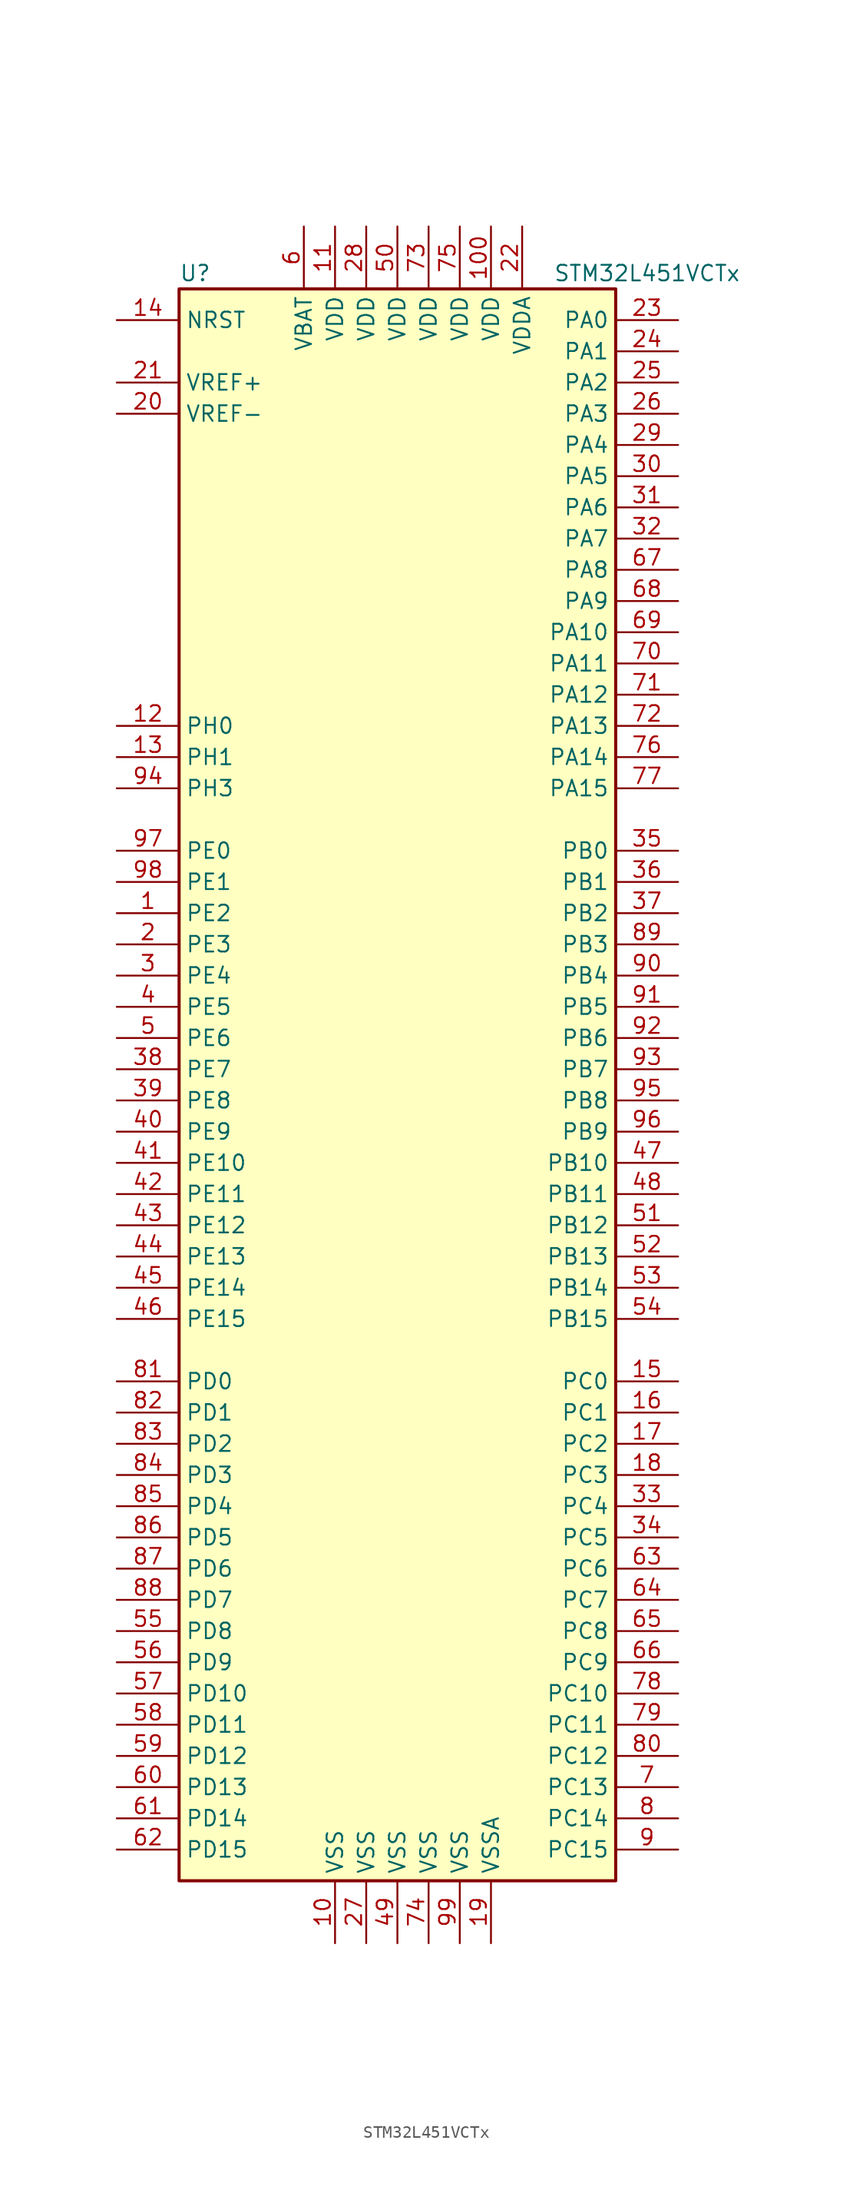
<source format=kicad_sym>
(kicad_symbol_lib
  (version 20201005)
  (generator kicad_symbol_editor)
  (symbol "MCU_ST_STM32L4:STM32L451VCTx"
    (property "Reference" "U"
      (at -17.78 64.77 0)
      (effects (font (size 1.27 1.27)) (justify left)))
    (property "Value" "STM32L451VCTx"
      (at 12.7 64.77 0)
      (effects (font (size 1.27 1.27)) (justify left)))
    (symbol "STM32L451VCTx_0_1"
      (rectangle (start -17.78 -66.04) (end 17.78 63.5) (stroke (width 0.254)) (fill (type background))))
    (symbol "STM32L451VCTx_1_1"
      (pin bidirectional line (at -22.86 12.7 0) (length 5.08) (name "PE2" (effects (font (size 1.27 1.27)))) (number "1" (effects (font (size 1.27 1.27)))))
      (pin power_in line (at -5.08 -71.12 90) (length 5.08) (name "VSS" (effects (font (size 1.27 1.27)))) (number "10" (effects (font (size 1.27 1.27)))))
      (pin power_in line (at 7.62 68.58 270) (length 5.08) (name "VDD" (effects (font (size 1.27 1.27)))) (number "100" (effects (font (size 1.27 1.27)))))
      (pin power_in line (at -5.08 68.58 270) (length 5.08) (name "VDD" (effects (font (size 1.27 1.27)))) (number "11" (effects (font (size 1.27 1.27)))))
      (pin input line (at -22.86 27.94 0) (length 5.08) (name "PH0" (effects (font (size 1.27 1.27)))) (number "12" (effects (font (size 1.27 1.27)))))
      (pin input line (at -22.86 25.4 0) (length 5.08) (name "PH1" (effects (font (size 1.27 1.27)))) (number "13" (effects (font (size 1.27 1.27)))))
      (pin input line (at -22.86 60.96 0) (length 5.08) (name "NRST" (effects (font (size 1.27 1.27)))) (number "14" (effects (font (size 1.27 1.27)))))
      (pin bidirectional line (at 22.86 -25.4 180) (length 5.08) (name "PC0" (effects (font (size 1.27 1.27)))) (number "15" (effects (font (size 1.27 1.27)))))
      (pin bidirectional line (at 22.86 -27.94 180) (length 5.08) (name "PC1" (effects (font (size 1.27 1.27)))) (number "16" (effects (font (size 1.27 1.27)))))
      (pin bidirectional line (at 22.86 -30.48 180) (length 5.08) (name "PC2" (effects (font (size 1.27 1.27)))) (number "17" (effects (font (size 1.27 1.27)))))
      (pin bidirectional line (at 22.86 -33.02 180) (length 5.08) (name "PC3" (effects (font (size 1.27 1.27)))) (number "18" (effects (font (size 1.27 1.27)))))
      (pin power_in line (at 7.62 -71.12 90) (length 5.08) (name "VSSA" (effects (font (size 1.27 1.27)))) (number "19" (effects (font (size 1.27 1.27)))))
      (pin bidirectional line (at -22.86 10.16 0) (length 5.08) (name "PE3" (effects (font (size 1.27 1.27)))) (number "2" (effects (font (size 1.27 1.27)))))
      (pin power_in line (at -22.86 53.34 0) (length 5.08) (name "VREF-" (effects (font (size 1.27 1.27)))) (number "20" (effects (font (size 1.27 1.27)))))
      (pin bidirectional line (at -22.86 55.88 0) (length 5.08) (name "VREF+" (effects (font (size 1.27 1.27)))) (number "21" (effects (font (size 1.27 1.27)))))
      (pin power_in line (at 10.16 68.58 270) (length 5.08) (name "VDDA" (effects (font (size 1.27 1.27)))) (number "22" (effects (font (size 1.27 1.27)))))
      (pin bidirectional line (at 22.86 60.96 180) (length 5.08) (name "PA0" (effects (font (size 1.27 1.27)))) (number "23" (effects (font (size 1.27 1.27)))))
      (pin bidirectional line (at 22.86 58.42 180) (length 5.08) (name "PA1" (effects (font (size 1.27 1.27)))) (number "24" (effects (font (size 1.27 1.27)))))
      (pin bidirectional line (at 22.86 55.88 180) (length 5.08) (name "PA2" (effects (font (size 1.27 1.27)))) (number "25" (effects (font (size 1.27 1.27)))))
      (pin bidirectional line (at 22.86 53.34 180) (length 5.08) (name "PA3" (effects (font (size 1.27 1.27)))) (number "26" (effects (font (size 1.27 1.27)))))
      (pin power_in line (at -2.54 -71.12 90) (length 5.08) (name "VSS" (effects (font (size 1.27 1.27)))) (number "27" (effects (font (size 1.27 1.27)))))
      (pin power_in line (at -2.54 68.58 270) (length 5.08) (name "VDD" (effects (font (size 1.27 1.27)))) (number "28" (effects (font (size 1.27 1.27)))))
      (pin bidirectional line (at 22.86 50.8 180) (length 5.08) (name "PA4" (effects (font (size 1.27 1.27)))) (number "29" (effects (font (size 1.27 1.27)))))
      (pin bidirectional line (at -22.86 7.62 0) (length 5.08) (name "PE4" (effects (font (size 1.27 1.27)))) (number "3" (effects (font (size 1.27 1.27)))))
      (pin bidirectional line (at 22.86 48.26 180) (length 5.08) (name "PA5" (effects (font (size 1.27 1.27)))) (number "30" (effects (font (size 1.27 1.27)))))
      (pin bidirectional line (at 22.86 45.72 180) (length 5.08) (name "PA6" (effects (font (size 1.27 1.27)))) (number "31" (effects (font (size 1.27 1.27)))))
      (pin bidirectional line (at 22.86 43.18 180) (length 5.08) (name "PA7" (effects (font (size 1.27 1.27)))) (number "32" (effects (font (size 1.27 1.27)))))
      (pin bidirectional line (at 22.86 -35.56 180) (length 5.08) (name "PC4" (effects (font (size 1.27 1.27)))) (number "33" (effects (font (size 1.27 1.27)))))
      (pin bidirectional line (at 22.86 -38.1 180) (length 5.08) (name "PC5" (effects (font (size 1.27 1.27)))) (number "34" (effects (font (size 1.27 1.27)))))
      (pin bidirectional line (at 22.86 17.78 180) (length 5.08) (name "PB0" (effects (font (size 1.27 1.27)))) (number "35" (effects (font (size 1.27 1.27)))))
      (pin bidirectional line (at 22.86 15.24 180) (length 5.08) (name "PB1" (effects (font (size 1.27 1.27)))) (number "36" (effects (font (size 1.27 1.27)))))
      (pin bidirectional line (at 22.86 12.7 180) (length 5.08) (name "PB2" (effects (font (size 1.27 1.27)))) (number "37" (effects (font (size 1.27 1.27)))))
      (pin bidirectional line (at -22.86 0 0) (length 5.08) (name "PE7" (effects (font (size 1.27 1.27)))) (number "38" (effects (font (size 1.27 1.27)))))
      (pin bidirectional line (at -22.86 -2.54 0) (length 5.08) (name "PE8" (effects (font (size 1.27 1.27)))) (number "39" (effects (font (size 1.27 1.27)))))
      (pin bidirectional line (at -22.86 5.08 0) (length 5.08) (name "PE5" (effects (font (size 1.27 1.27)))) (number "4" (effects (font (size 1.27 1.27)))))
      (pin bidirectional line (at -22.86 -5.08 0) (length 5.08) (name "PE9" (effects (font (size 1.27 1.27)))) (number "40" (effects (font (size 1.27 1.27)))))
      (pin bidirectional line (at -22.86 -7.62 0) (length 5.08) (name "PE10" (effects (font (size 1.27 1.27)))) (number "41" (effects (font (size 1.27 1.27)))))
      (pin bidirectional line (at -22.86 -10.16 0) (length 5.08) (name "PE11" (effects (font (size 1.27 1.27)))) (number "42" (effects (font (size 1.27 1.27)))))
      (pin bidirectional line (at -22.86 -12.7 0) (length 5.08) (name "PE12" (effects (font (size 1.27 1.27)))) (number "43" (effects (font (size 1.27 1.27)))))
      (pin bidirectional line (at -22.86 -15.24 0) (length 5.08) (name "PE13" (effects (font (size 1.27 1.27)))) (number "44" (effects (font (size 1.27 1.27)))))
      (pin bidirectional line (at -22.86 -17.78 0) (length 5.08) (name "PE14" (effects (font (size 1.27 1.27)))) (number "45" (effects (font (size 1.27 1.27)))))
      (pin bidirectional line (at -22.86 -20.32 0) (length 5.08) (name "PE15" (effects (font (size 1.27 1.27)))) (number "46" (effects (font (size 1.27 1.27)))))
      (pin bidirectional line (at 22.86 -7.62 180) (length 5.08) (name "PB10" (effects (font (size 1.27 1.27)))) (number "47" (effects (font (size 1.27 1.27)))))
      (pin bidirectional line (at 22.86 -10.16 180) (length 5.08) (name "PB11" (effects (font (size 1.27 1.27)))) (number "48" (effects (font (size 1.27 1.27)))))
      (pin power_in line (at 0 -71.12 90) (length 5.08) (name "VSS" (effects (font (size 1.27 1.27)))) (number "49" (effects (font (size 1.27 1.27)))))
      (pin bidirectional line (at -22.86 2.54 0) (length 5.08) (name "PE6" (effects (font (size 1.27 1.27)))) (number "5" (effects (font (size 1.27 1.27)))))
      (pin power_in line (at 0 68.58 270) (length 5.08) (name "VDD" (effects (font (size 1.27 1.27)))) (number "50" (effects (font (size 1.27 1.27)))))
      (pin bidirectional line (at 22.86 -12.7 180) (length 5.08) (name "PB12" (effects (font (size 1.27 1.27)))) (number "51" (effects (font (size 1.27 1.27)))))
      (pin bidirectional line (at 22.86 -15.24 180) (length 5.08) (name "PB13" (effects (font (size 1.27 1.27)))) (number "52" (effects (font (size 1.27 1.27)))))
      (pin bidirectional line (at 22.86 -17.78 180) (length 5.08) (name "PB14" (effects (font (size 1.27 1.27)))) (number "53" (effects (font (size 1.27 1.27)))))
      (pin bidirectional line (at 22.86 -20.32 180) (length 5.08) (name "PB15" (effects (font (size 1.27 1.27)))) (number "54" (effects (font (size 1.27 1.27)))))
      (pin bidirectional line (at -22.86 -45.72 0) (length 5.08) (name "PD8" (effects (font (size 1.27 1.27)))) (number "55" (effects (font (size 1.27 1.27)))))
      (pin bidirectional line (at -22.86 -48.26 0) (length 5.08) (name "PD9" (effects (font (size 1.27 1.27)))) (number "56" (effects (font (size 1.27 1.27)))))
      (pin bidirectional line (at -22.86 -50.8 0) (length 5.08) (name "PD10" (effects (font (size 1.27 1.27)))) (number "57" (effects (font (size 1.27 1.27)))))
      (pin bidirectional line (at -22.86 -53.34 0) (length 5.08) (name "PD11" (effects (font (size 1.27 1.27)))) (number "58" (effects (font (size 1.27 1.27)))))
      (pin bidirectional line (at -22.86 -55.88 0) (length 5.08) (name "PD12" (effects (font (size 1.27 1.27)))) (number "59" (effects (font (size 1.27 1.27)))))
      (pin power_in line (at -7.62 68.58 270) (length 5.08) (name "VBAT" (effects (font (size 1.27 1.27)))) (number "6" (effects (font (size 1.27 1.27)))))
      (pin bidirectional line (at -22.86 -58.42 0) (length 5.08) (name "PD13" (effects (font (size 1.27 1.27)))) (number "60" (effects (font (size 1.27 1.27)))))
      (pin bidirectional line (at -22.86 -60.96 0) (length 5.08) (name "PD14" (effects (font (size 1.27 1.27)))) (number "61" (effects (font (size 1.27 1.27)))))
      (pin bidirectional line (at -22.86 -63.5 0) (length 5.08) (name "PD15" (effects (font (size 1.27 1.27)))) (number "62" (effects (font (size 1.27 1.27)))))
      (pin bidirectional line (at 22.86 -40.64 180) (length 5.08) (name "PC6" (effects (font (size 1.27 1.27)))) (number "63" (effects (font (size 1.27 1.27)))))
      (pin bidirectional line (at 22.86 -43.18 180) (length 5.08) (name "PC7" (effects (font (size 1.27 1.27)))) (number "64" (effects (font (size 1.27 1.27)))))
      (pin bidirectional line (at 22.86 -45.72 180) (length 5.08) (name "PC8" (effects (font (size 1.27 1.27)))) (number "65" (effects (font (size 1.27 1.27)))))
      (pin bidirectional line (at 22.86 -48.26 180) (length 5.08) (name "PC9" (effects (font (size 1.27 1.27)))) (number "66" (effects (font (size 1.27 1.27)))))
      (pin bidirectional line (at 22.86 40.64 180) (length 5.08) (name "PA8" (effects (font (size 1.27 1.27)))) (number "67" (effects (font (size 1.27 1.27)))))
      (pin bidirectional line (at 22.86 38.1 180) (length 5.08) (name "PA9" (effects (font (size 1.27 1.27)))) (number "68" (effects (font (size 1.27 1.27)))))
      (pin bidirectional line (at 22.86 35.56 180) (length 5.08) (name "PA10" (effects (font (size 1.27 1.27)))) (number "69" (effects (font (size 1.27 1.27)))))
      (pin bidirectional line (at 22.86 -58.42 180) (length 5.08) (name "PC13" (effects (font (size 1.27 1.27)))) (number "7" (effects (font (size 1.27 1.27)))))
      (pin bidirectional line (at 22.86 33.02 180) (length 5.08) (name "PA11" (effects (font (size 1.27 1.27)))) (number "70" (effects (font (size 1.27 1.27)))))
      (pin bidirectional line (at 22.86 30.48 180) (length 5.08) (name "PA12" (effects (font (size 1.27 1.27)))) (number "71" (effects (font (size 1.27 1.27)))))
      (pin bidirectional line (at 22.86 27.94 180) (length 5.08) (name "PA13" (effects (font (size 1.27 1.27)))) (number "72" (effects (font (size 1.27 1.27)))))
      (pin power_in line (at 2.54 68.58 270) (length 5.08) (name "VDD" (effects (font (size 1.27 1.27)))) (number "73" (effects (font (size 1.27 1.27)))))
      (pin power_in line (at 2.54 -71.12 90) (length 5.08) (name "VSS" (effects (font (size 1.27 1.27)))) (number "74" (effects (font (size 1.27 1.27)))))
      (pin power_in line (at 5.08 68.58 270) (length 5.08) (name "VDD" (effects (font (size 1.27 1.27)))) (number "75" (effects (font (size 1.27 1.27)))))
      (pin bidirectional line (at 22.86 25.4 180) (length 5.08) (name "PA14" (effects (font (size 1.27 1.27)))) (number "76" (effects (font (size 1.27 1.27)))))
      (pin bidirectional line (at 22.86 22.86 180) (length 5.08) (name "PA15" (effects (font (size 1.27 1.27)))) (number "77" (effects (font (size 1.27 1.27)))))
      (pin bidirectional line (at 22.86 -50.8 180) (length 5.08) (name "PC10" (effects (font (size 1.27 1.27)))) (number "78" (effects (font (size 1.27 1.27)))))
      (pin bidirectional line (at 22.86 -53.34 180) (length 5.08) (name "PC11" (effects (font (size 1.27 1.27)))) (number "79" (effects (font (size 1.27 1.27)))))
      (pin bidirectional line (at 22.86 -60.96 180) (length 5.08) (name "PC14" (effects (font (size 1.27 1.27)))) (number "8" (effects (font (size 1.27 1.27)))))
      (pin bidirectional line (at 22.86 -55.88 180) (length 5.08) (name "PC12" (effects (font (size 1.27 1.27)))) (number "80" (effects (font (size 1.27 1.27)))))
      (pin bidirectional line (at -22.86 -25.4 0) (length 5.08) (name "PD0" (effects (font (size 1.27 1.27)))) (number "81" (effects (font (size 1.27 1.27)))))
      (pin bidirectional line (at -22.86 -27.94 0) (length 5.08) (name "PD1" (effects (font (size 1.27 1.27)))) (number "82" (effects (font (size 1.27 1.27)))))
      (pin bidirectional line (at -22.86 -30.48 0) (length 5.08) (name "PD2" (effects (font (size 1.27 1.27)))) (number "83" (effects (font (size 1.27 1.27)))))
      (pin bidirectional line (at -22.86 -33.02 0) (length 5.08) (name "PD3" (effects (font (size 1.27 1.27)))) (number "84" (effects (font (size 1.27 1.27)))))
      (pin bidirectional line (at -22.86 -35.56 0) (length 5.08) (name "PD4" (effects (font (size 1.27 1.27)))) (number "85" (effects (font (size 1.27 1.27)))))
      (pin bidirectional line (at -22.86 -38.1 0) (length 5.08) (name "PD5" (effects (font (size 1.27 1.27)))) (number "86" (effects (font (size 1.27 1.27)))))
      (pin bidirectional line (at -22.86 -40.64 0) (length 5.08) (name "PD6" (effects (font (size 1.27 1.27)))) (number "87" (effects (font (size 1.27 1.27)))))
      (pin bidirectional line (at -22.86 -43.18 0) (length 5.08) (name "PD7" (effects (font (size 1.27 1.27)))) (number "88" (effects (font (size 1.27 1.27)))))
      (pin bidirectional line (at 22.86 10.16 180) (length 5.08) (name "PB3" (effects (font (size 1.27 1.27)))) (number "89" (effects (font (size 1.27 1.27)))))
      (pin bidirectional line (at 22.86 -63.5 180) (length 5.08) (name "PC15" (effects (font (size 1.27 1.27)))) (number "9" (effects (font (size 1.27 1.27)))))
      (pin bidirectional line (at 22.86 7.62 180) (length 5.08) (name "PB4" (effects (font (size 1.27 1.27)))) (number "90" (effects (font (size 1.27 1.27)))))
      (pin bidirectional line (at 22.86 5.08 180) (length 5.08) (name "PB5" (effects (font (size 1.27 1.27)))) (number "91" (effects (font (size 1.27 1.27)))))
      (pin bidirectional line (at 22.86 2.54 180) (length 5.08) (name "PB6" (effects (font (size 1.27 1.27)))) (number "92" (effects (font (size 1.27 1.27)))))
      (pin bidirectional line (at 22.86 0 180) (length 5.08) (name "PB7" (effects (font (size 1.27 1.27)))) (number "93" (effects (font (size 1.27 1.27)))))
      (pin bidirectional line (at -22.86 22.86 0) (length 5.08) (name "PH3" (effects (font (size 1.27 1.27)))) (number "94" (effects (font (size 1.27 1.27)))))
      (pin bidirectional line (at 22.86 -2.54 180) (length 5.08) (name "PB8" (effects (font (size 1.27 1.27)))) (number "95" (effects (font (size 1.27 1.27)))))
      (pin bidirectional line (at 22.86 -5.08 180) (length 5.08) (name "PB9" (effects (font (size 1.27 1.27)))) (number "96" (effects (font (size 1.27 1.27)))))
      (pin bidirectional line (at -22.86 17.78 0) (length 5.08) (name "PE0" (effects (font (size 1.27 1.27)))) (number "97" (effects (font (size 1.27 1.27)))))
      (pin bidirectional line (at -22.86 15.24 0) (length 5.08) (name "PE1" (effects (font (size 1.27 1.27)))) (number "98" (effects (font (size 1.27 1.27)))))
      (pin power_in line (at 5.08 -71.12 90) (length 5.08) (name "VSS" (effects (font (size 1.27 1.27)))) (number "99" (effects (font (size 1.27 1.27))))))))
</source>
